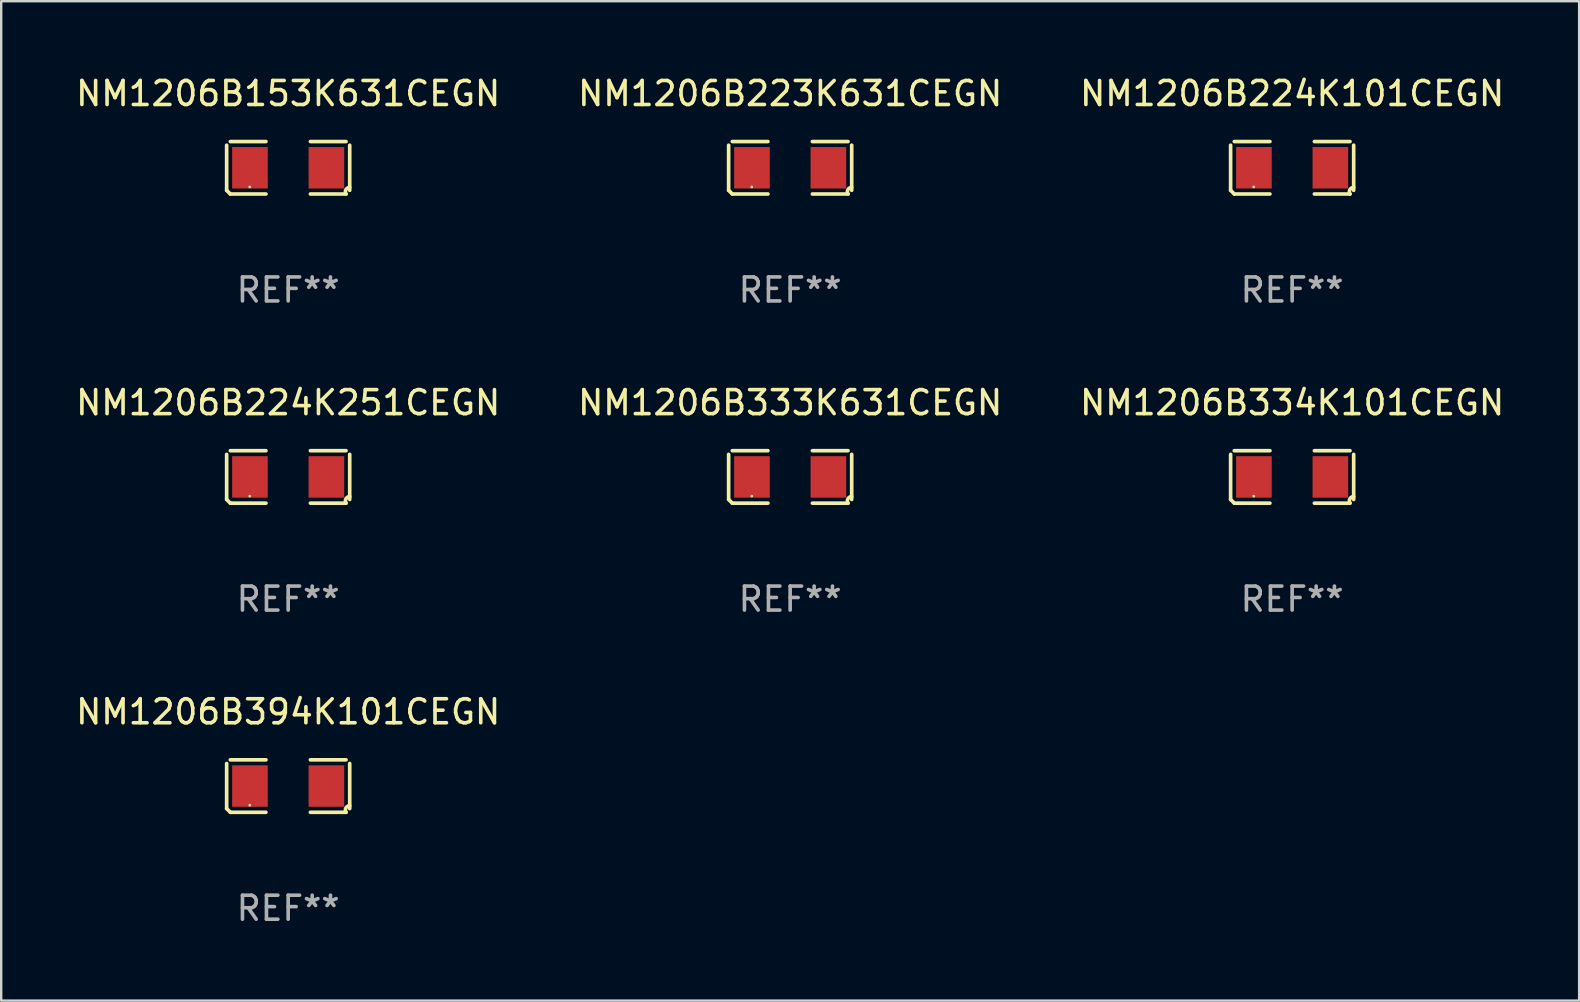
<source format=kicad_pcb>
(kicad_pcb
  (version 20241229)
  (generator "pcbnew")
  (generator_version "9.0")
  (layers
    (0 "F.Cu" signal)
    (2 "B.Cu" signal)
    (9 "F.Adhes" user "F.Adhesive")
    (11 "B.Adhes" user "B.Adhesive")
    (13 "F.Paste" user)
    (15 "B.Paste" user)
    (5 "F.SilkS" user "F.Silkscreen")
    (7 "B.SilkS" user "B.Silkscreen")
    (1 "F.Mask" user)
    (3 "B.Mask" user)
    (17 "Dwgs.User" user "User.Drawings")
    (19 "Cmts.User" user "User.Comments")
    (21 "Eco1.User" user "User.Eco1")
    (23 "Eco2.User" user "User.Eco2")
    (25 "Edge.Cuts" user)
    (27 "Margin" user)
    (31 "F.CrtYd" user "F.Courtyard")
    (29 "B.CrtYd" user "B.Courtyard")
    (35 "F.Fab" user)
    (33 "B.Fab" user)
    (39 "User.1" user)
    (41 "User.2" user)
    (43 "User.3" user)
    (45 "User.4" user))
  (footprint "NM1206B223K631CEGN"
    (layer "F.Cu")
    (at 29.875 3.941)
    (property "Reference" "NM1206B223K631CEGN" (at 0 -3.093 0) (layer "F.SilkS") (effects (font (size 1 1) (thickness 0.15))))
    (attr through_hole)
    (fp_line (start -2.564 0.94) (end -2.564 -0.94) (stroke (width 0.152) (type solid)) (layer "F.SilkS"))
    (fp_line (start -2.411 -1.093) (end -0.926 -1.093) (stroke (width 0.152) (type solid)) (layer "F.SilkS"))
    (fp_line (start -0.926 1.093) (end -2.411 1.093) (stroke (width 0.152) (type solid)) (layer "F.SilkS"))
    (fp_line (start 0.926 1.093) (end 2.411 1.093) (stroke (width 0.152) (type solid)) (layer "F.SilkS"))
    (fp_line (start 2.411 -1.093) (end 0.926 -1.093) (stroke (width 0.152) (type solid)) (layer "F.SilkS"))
    (fp_line (start 2.564 0.94) (end 2.564 -0.94) (stroke (width 0.152) (type solid)) (layer "F.SilkS"))
    (fp_arc (start -2.411201 1.092609) (mid -2.487413 1.01642) (end -2.563602 0.940208) (stroke (width 0.1524) (type solid)) (layer "F.SilkS"))
    (fp_arc (start 2.411201 1.092609) (mid 2.407159 0.911226) (end 2.563602 0.819347) (stroke (width 0.1524) (type solid)) (layer "F.SilkS"))
    (fp_circle (center -1.6 0.8) (end -1.57 0.8) (stroke (width 0.06) (type solid)) (fill no) (layer "F.SilkS"))
    (fp_text user "REF**" (at 0 5.093 0) (layer "F.Fab") (effects (font (size 1 1) (thickness 0.15))))
    (pad "1" smd rect (at -1.593 0) (size 1.485 1.728) (layers "F.Cu" "F.Mask" "F.Paste"))
    (pad "2" smd rect (at 1.593 0) (size 1.485 1.728) (layers "F.Cu" "F.Mask" "F.Paste")))
  (footprint "NM1206B394K101CEGN"
    (layer "F.Cu")
    (at 8.958 29.704)
    (property "Reference" "NM1206B394K101CEGN" (at 0 -3.093 0) (layer "F.SilkS") (effects (font (size 1 1) (thickness 0.15))))
    (attr through_hole)
    (fp_line (start -2.564 0.94) (end -2.564 -0.94) (stroke (width 0.152) (type solid)) (layer "F.SilkS"))
    (fp_line (start -2.411 -1.093) (end -0.926 -1.093) (stroke (width 0.152) (type solid)) (layer "F.SilkS"))
    (fp_line (start -0.926 1.093) (end -2.411 1.093) (stroke (width 0.152) (type solid)) (layer "F.SilkS"))
    (fp_line (start 0.926 1.093) (end 2.411 1.093) (stroke (width 0.152) (type solid)) (layer "F.SilkS"))
    (fp_line (start 2.411 -1.093) (end 0.926 -1.093) (stroke (width 0.152) (type solid)) (layer "F.SilkS"))
    (fp_line (start 2.564 0.94) (end 2.564 -0.94) (stroke (width 0.152) (type solid)) (layer "F.SilkS"))
    (fp_arc (start -2.411201 1.092609) (mid -2.487413 1.01642) (end -2.563602 0.940208) (stroke (width 0.1524) (type solid)) (layer "F.SilkS"))
    (fp_arc (start 2.411201 1.092609) (mid 2.407159 0.911226) (end 2.563602 0.819347) (stroke (width 0.1524) (type solid)) (layer "F.SilkS"))
    (fp_circle (center -1.6 0.8) (end -1.57 0.8) (stroke (width 0.06) (type solid)) (fill no) (layer "F.SilkS"))
    (fp_text user "REF**" (at 0 5.093 0) (layer "F.Fab") (effects (font (size 1 1) (thickness 0.15))))
    (pad "1" smd rect (at -1.593 0) (size 1.485 1.728) (layers "F.Cu" "F.Mask" "F.Paste"))
    (pad "2" smd rect (at 1.593 0) (size 1.485 1.728) (layers "F.Cu" "F.Mask" "F.Paste")))
  (footprint "NM1206B333K631CEGN"
    (layer "F.Cu")
    (at 29.875 16.823)
    (property "Reference" "NM1206B333K631CEGN" (at 0 -3.093 0) (layer "F.SilkS") (effects (font (size 1 1) (thickness 0.15))))
    (attr through_hole)
    (fp_line (start -2.564 0.94) (end -2.564 -0.94) (stroke (width 0.152) (type solid)) (layer "F.SilkS"))
    (fp_line (start -2.411 -1.093) (end -0.926 -1.093) (stroke (width 0.152) (type solid)) (layer "F.SilkS"))
    (fp_line (start -0.926 1.093) (end -2.411 1.093) (stroke (width 0.152) (type solid)) (layer "F.SilkS"))
    (fp_line (start 0.926 1.093) (end 2.411 1.093) (stroke (width 0.152) (type solid)) (layer "F.SilkS"))
    (fp_line (start 2.411 -1.093) (end 0.926 -1.093) (stroke (width 0.152) (type solid)) (layer "F.SilkS"))
    (fp_line (start 2.564 0.94) (end 2.564 -0.94) (stroke (width 0.152) (type solid)) (layer "F.SilkS"))
    (fp_arc (start -2.411201 1.092609) (mid -2.487413 1.01642) (end -2.563602 0.940208) (stroke (width 0.1524) (type solid)) (layer "F.SilkS"))
    (fp_arc (start 2.411201 1.092609) (mid 2.407159 0.911226) (end 2.563602 0.819347) (stroke (width 0.1524) (type solid)) (layer "F.SilkS"))
    (fp_circle (center -1.6 0.8) (end -1.57 0.8) (stroke (width 0.06) (type solid)) (fill no) (layer "F.SilkS"))
    (fp_text user "REF**" (at 0 5.093 0) (layer "F.Fab") (effects (font (size 1 1) (thickness 0.15))))
    (pad "1" smd rect (at -1.593 0) (size 1.485 1.728) (layers "F.Cu" "F.Mask" "F.Paste"))
    (pad "2" smd rect (at 1.593 0) (size 1.485 1.728) (layers "F.Cu" "F.Mask" "F.Paste")))
  (footprint "NM1206B224K251CEGN"
    (layer "F.Cu")
    (at 8.958 16.823)
    (property "Reference" "NM1206B224K251CEGN" (at 0 -3.093 0) (layer "F.SilkS") (effects (font (size 1 1) (thickness 0.15))))
    (attr through_hole)
    (fp_line (start -2.564 0.94) (end -2.564 -0.94) (stroke (width 0.152) (type solid)) (layer "F.SilkS"))
    (fp_line (start -2.411 -1.093) (end -0.926 -1.093) (stroke (width 0.152) (type solid)) (layer "F.SilkS"))
    (fp_line (start -0.926 1.093) (end -2.411 1.093) (stroke (width 0.152) (type solid)) (layer "F.SilkS"))
    (fp_line (start 0.926 1.093) (end 2.411 1.093) (stroke (width 0.152) (type solid)) (layer "F.SilkS"))
    (fp_line (start 2.411 -1.093) (end 0.926 -1.093) (stroke (width 0.152) (type solid)) (layer "F.SilkS"))
    (fp_line (start 2.564 0.94) (end 2.564 -0.94) (stroke (width 0.152) (type solid)) (layer "F.SilkS"))
    (fp_arc (start -2.411201 1.092609) (mid -2.487413 1.01642) (end -2.563602 0.940208) (stroke (width 0.1524) (type solid)) (layer "F.SilkS"))
    (fp_arc (start 2.411201 1.092609) (mid 2.407159 0.911226) (end 2.563602 0.819347) (stroke (width 0.1524) (type solid)) (layer "F.SilkS"))
    (fp_circle (center -1.6 0.8) (end -1.57 0.8) (stroke (width 0.06) (type solid)) (fill no) (layer "F.SilkS"))
    (fp_text user "REF**" (at 0 5.093 0) (layer "F.Fab") (effects (font (size 1 1) (thickness 0.15))))
    (pad "1" smd rect (at -1.593 0) (size 1.485 1.728) (layers "F.Cu" "F.Mask" "F.Paste"))
    (pad "2" smd rect (at 1.593 0) (size 1.485 1.728) (layers "F.Cu" "F.Mask" "F.Paste")))
  (footprint "NM1206B334K101CEGN"
    (layer "F.Cu")
    (at 50.792 16.823)
    (property "Reference" "NM1206B334K101CEGN" (at 0 -3.093 0) (layer "F.SilkS") (effects (font (size 1 1) (thickness 0.15))))
    (attr through_hole)
    (fp_line (start -2.564 0.94) (end -2.564 -0.94) (stroke (width 0.152) (type solid)) (layer "F.SilkS"))
    (fp_line (start -2.411 -1.093) (end -0.926 -1.093) (stroke (width 0.152) (type solid)) (layer "F.SilkS"))
    (fp_line (start -0.926 1.093) (end -2.411 1.093) (stroke (width 0.152) (type solid)) (layer "F.SilkS"))
    (fp_line (start 0.926 1.093) (end 2.411 1.093) (stroke (width 0.152) (type solid)) (layer "F.SilkS"))
    (fp_line (start 2.411 -1.093) (end 0.926 -1.093) (stroke (width 0.152) (type solid)) (layer "F.SilkS"))
    (fp_line (start 2.564 0.94) (end 2.564 -0.94) (stroke (width 0.152) (type solid)) (layer "F.SilkS"))
    (fp_arc (start -2.411201 1.092609) (mid -2.487413 1.01642) (end -2.563602 0.940208) (stroke (width 0.1524) (type solid)) (layer "F.SilkS"))
    (fp_arc (start 2.411201 1.092609) (mid 2.407159 0.911226) (end 2.563602 0.819347) (stroke (width 0.1524) (type solid)) (layer "F.SilkS"))
    (fp_circle (center -1.6 0.8) (end -1.57 0.8) (stroke (width 0.06) (type solid)) (fill no) (layer "F.SilkS"))
    (fp_text user "REF**" (at 0 5.093 0) (layer "F.Fab") (effects (font (size 1 1) (thickness 0.15))))
    (pad "1" smd rect (at -1.593 0) (size 1.485 1.728) (layers "F.Cu" "F.Mask" "F.Paste"))
    (pad "2" smd rect (at 1.593 0) (size 1.485 1.728) (layers "F.Cu" "F.Mask" "F.Paste")))
  (footprint "NM1206B153K631CEGN"
    (layer "F.Cu")
    (at 8.958 3.941)
    (property "Reference" "NM1206B153K631CEGN" (at 0 -3.093 0) (layer "F.SilkS") (effects (font (size 1 1) (thickness 0.15))))
    (attr through_hole)
    (fp_line (start -2.564 0.94) (end -2.564 -0.94) (stroke (width 0.152) (type solid)) (layer "F.SilkS"))
    (fp_line (start -2.411 -1.093) (end -0.926 -1.093) (stroke (width 0.152) (type solid)) (layer "F.SilkS"))
    (fp_line (start -0.926 1.093) (end -2.411 1.093) (stroke (width 0.152) (type solid)) (layer "F.SilkS"))
    (fp_line (start 0.926 1.093) (end 2.411 1.093) (stroke (width 0.152) (type solid)) (layer "F.SilkS"))
    (fp_line (start 2.411 -1.093) (end 0.926 -1.093) (stroke (width 0.152) (type solid)) (layer "F.SilkS"))
    (fp_line (start 2.564 0.94) (end 2.564 -0.94) (stroke (width 0.152) (type solid)) (layer "F.SilkS"))
    (fp_arc (start -2.411201 1.092609) (mid -2.487413 1.01642) (end -2.563602 0.940208) (stroke (width 0.1524) (type solid)) (layer "F.SilkS"))
    (fp_arc (start 2.411201 1.092609) (mid 2.407159 0.911226) (end 2.563602 0.819347) (stroke (width 0.1524) (type solid)) (layer "F.SilkS"))
    (fp_circle (center -1.6 0.8) (end -1.57 0.8) (stroke (width 0.06) (type solid)) (fill no) (layer "F.SilkS"))
    (fp_text user "REF**" (at 0 5.093 0) (layer "F.Fab") (effects (font (size 1 1) (thickness 0.15))))
    (pad "1" smd rect (at -1.593 0) (size 1.485 1.728) (layers "F.Cu" "F.Mask" "F.Paste"))
    (pad "2" smd rect (at 1.593 0) (size 1.485 1.728) (layers "F.Cu" "F.Mask" "F.Paste")))
  (footprint "NM1206B224K101CEGN"
    (layer "F.Cu")
    (at 50.792 3.941)
    (property "Reference" "NM1206B224K101CEGN" (at 0 -3.093 0) (layer "F.SilkS") (effects (font (size 1 1) (thickness 0.15))))
    (attr through_hole)
    (fp_line (start -2.564 0.94) (end -2.564 -0.94) (stroke (width 0.152) (type solid)) (layer "F.SilkS"))
    (fp_line (start -2.411 -1.093) (end -0.926 -1.093) (stroke (width 0.152) (type solid)) (layer "F.SilkS"))
    (fp_line (start -0.926 1.093) (end -2.411 1.093) (stroke (width 0.152) (type solid)) (layer "F.SilkS"))
    (fp_line (start 0.926 1.093) (end 2.411 1.093) (stroke (width 0.152) (type solid)) (layer "F.SilkS"))
    (fp_line (start 2.411 -1.093) (end 0.926 -1.093) (stroke (width 0.152) (type solid)) (layer "F.SilkS"))
    (fp_line (start 2.564 0.94) (end 2.564 -0.94) (stroke (width 0.152) (type solid)) (layer "F.SilkS"))
    (fp_arc (start -2.411201 1.092609) (mid -2.487413 1.01642) (end -2.563602 0.940208) (stroke (width 0.1524) (type solid)) (layer "F.SilkS"))
    (fp_arc (start 2.411201 1.092609) (mid 2.407159 0.911226) (end 2.563602 0.819347) (stroke (width 0.1524) (type solid)) (layer "F.SilkS"))
    (fp_circle (center -1.6 0.8) (end -1.57 0.8) (stroke (width 0.06) (type solid)) (fill no) (layer "F.SilkS"))
    (fp_text user "REF**" (at 0 5.093 0) (layer "F.Fab") (effects (font (size 1 1) (thickness 0.15))))
    (pad "1" smd rect (at -1.593 0) (size 1.485 1.728) (layers "F.Cu" "F.Mask" "F.Paste"))
    (pad "2" smd rect (at 1.593 0) (size 1.485 1.728) (layers "F.Cu" "F.Mask" "F.Paste")))
  (gr_rect
    (start -3 -3)
    (end 62.75 38.645)
    (stroke (width 0.1) (type default))
    (fill no)
    (layer "Edge.Cuts")))
</source>
